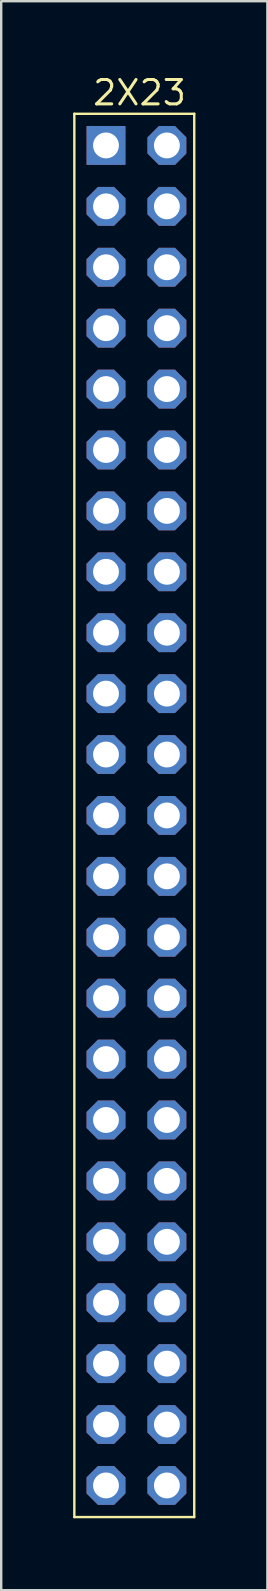
<source format=kicad_pcb>
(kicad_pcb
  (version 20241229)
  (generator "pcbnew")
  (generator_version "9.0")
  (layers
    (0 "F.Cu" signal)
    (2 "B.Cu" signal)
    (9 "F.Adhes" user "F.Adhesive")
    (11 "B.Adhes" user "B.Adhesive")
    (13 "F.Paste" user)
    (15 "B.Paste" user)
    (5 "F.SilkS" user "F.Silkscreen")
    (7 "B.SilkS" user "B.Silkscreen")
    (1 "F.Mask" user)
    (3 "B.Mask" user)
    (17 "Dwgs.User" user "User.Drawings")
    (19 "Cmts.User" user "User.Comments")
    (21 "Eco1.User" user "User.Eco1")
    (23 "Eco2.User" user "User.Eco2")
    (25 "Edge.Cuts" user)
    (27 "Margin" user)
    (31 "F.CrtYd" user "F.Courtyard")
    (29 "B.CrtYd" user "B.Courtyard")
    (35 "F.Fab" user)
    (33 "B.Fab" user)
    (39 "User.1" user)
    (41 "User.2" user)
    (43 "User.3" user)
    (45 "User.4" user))
  (footprint "2X23"
    (layer "F.Cu")
    (at 1.37 3.015)
    (property "Reference" "2X23" (at 1.398 -2.197 0) (layer "F.SilkS") (effects (font (size 1.016 1.016) (thickness 0.127))))
    (attr through_hole)
    (fp_line (start -1.32 -1.32) (end -1.32 57.2) (stroke (width 0.1) (type default)) (layer "F.SilkS"))
    (fp_line (start -1.32 -1.32) (end 3.68 -1.32) (stroke (width 0.1) (type default)) (layer "F.SilkS"))
    (fp_line (start -1.32 57.2) (end 3.68 57.2) (stroke (width 0.1) (type default)) (layer "F.SilkS"))
    (fp_line (start 3.68 -1.32) (end 3.68 57.2) (stroke (width 0.1) (type default)) (layer "F.SilkS"))
    (pad "1" thru_hole rect (at 0 0) (size 1.62 1.62) (drill 1.08) (layers "*.Cu" "*.Mask"))
    (pad "2" thru_hole roundrect (at 0 2.54) (size 1.62 1.62) (drill 1.08) (layers "*.Cu" "*.Mask") (roundrect_rratio 0.25) (chamfer_ratio 0.293) (chamfer top_left top_right bottom_left bottom_right))
    (pad "3" thru_hole roundrect (at 0 5.08) (size 1.62 1.62) (drill 1.08) (layers "*.Cu" "*.Mask") (roundrect_rratio 0.25) (chamfer_ratio 0.293) (chamfer top_left top_right bottom_left bottom_right))
    (pad "4" thru_hole roundrect (at 0 7.62) (size 1.62 1.62) (drill 1.08) (layers "*.Cu" "*.Mask") (roundrect_rratio 0.25) (chamfer_ratio 0.293) (chamfer top_left top_right bottom_left bottom_right))
    (pad "5" thru_hole roundrect (at 0 10.16) (size 1.62 1.62) (drill 1.08) (layers "*.Cu" "*.Mask") (roundrect_rratio 0.25) (chamfer_ratio 0.293) (chamfer top_left top_right bottom_left bottom_right))
    (pad "6" thru_hole roundrect (at 0 12.7) (size 1.62 1.62) (drill 1.08) (layers "*.Cu" "*.Mask") (roundrect_rratio 0.25) (chamfer_ratio 0.293) (chamfer top_left top_right bottom_left bottom_right))
    (pad "7" thru_hole roundrect (at 0 15.24) (size 1.62 1.62) (drill 1.08) (layers "*.Cu" "*.Mask") (roundrect_rratio 0.25) (chamfer_ratio 0.293) (chamfer top_left top_right bottom_left bottom_right))
    (pad "8" thru_hole roundrect (at 0 17.78) (size 1.62 1.62) (drill 1.08) (layers "*.Cu" "*.Mask") (roundrect_rratio 0.25) (chamfer_ratio 0.293) (chamfer top_left top_right bottom_left bottom_right))
    (pad "9" thru_hole roundrect (at 0 20.32) (size 1.62 1.62) (drill 1.08) (layers "*.Cu" "*.Mask") (roundrect_rratio 0.25) (chamfer_ratio 0.293) (chamfer top_left top_right bottom_left bottom_right))
    (pad "10" thru_hole roundrect (at 0 22.86) (size 1.62 1.62) (drill 1.08) (layers "*.Cu" "*.Mask") (roundrect_rratio 0.25) (chamfer_ratio 0.293) (chamfer top_left top_right bottom_left bottom_right))
    (pad "11" thru_hole roundrect (at 0 25.4) (size 1.62 1.62) (drill 1.08) (layers "*.Cu" "*.Mask") (roundrect_rratio 0.25) (chamfer_ratio 0.293) (chamfer top_left top_right bottom_left bottom_right))
    (pad "12" thru_hole roundrect (at 0 27.94) (size 1.62 1.62) (drill 1.08) (layers "*.Cu" "*.Mask") (roundrect_rratio 0.25) (chamfer_ratio 0.293) (chamfer top_left top_right bottom_left bottom_right))
    (pad "13" thru_hole roundrect (at 0 30.48) (size 1.62 1.62) (drill 1.08) (layers "*.Cu" "*.Mask") (roundrect_rratio 0.25) (chamfer_ratio 0.293) (chamfer top_left top_right bottom_left bottom_right))
    (pad "14" thru_hole roundrect (at 0 33.02) (size 1.62 1.62) (drill 1.08) (layers "*.Cu" "*.Mask") (roundrect_rratio 0.25) (chamfer_ratio 0.293) (chamfer top_left top_right bottom_left bottom_right))
    (pad "15" thru_hole roundrect (at 0 35.56) (size 1.62 1.62) (drill 1.08) (layers "*.Cu" "*.Mask") (roundrect_rratio 0.25) (chamfer_ratio 0.293) (chamfer top_left top_right bottom_left bottom_right))
    (pad "16" thru_hole roundrect (at 0 38.1) (size 1.62 1.62) (drill 1.08) (layers "*.Cu" "*.Mask") (roundrect_rratio 0.25) (chamfer_ratio 0.293) (chamfer top_left top_right bottom_left bottom_right))
    (pad "17" thru_hole roundrect (at 0 40.64) (size 1.62 1.62) (drill 1.08) (layers "*.Cu" "*.Mask") (roundrect_rratio 0.25) (chamfer_ratio 0.293) (chamfer top_left top_right bottom_left bottom_right))
    (pad "18" thru_hole roundrect (at 0 43.18) (size 1.62 1.62) (drill 1.08) (layers "*.Cu" "*.Mask") (roundrect_rratio 0.25) (chamfer_ratio 0.293) (chamfer top_left top_right bottom_left bottom_right))
    (pad "19" thru_hole roundrect (at 0 45.72) (size 1.62 1.62) (drill 1.08) (layers "*.Cu" "*.Mask") (roundrect_rratio 0.25) (chamfer_ratio 0.293) (chamfer top_left top_right bottom_left bottom_right))
    (pad "20" thru_hole roundrect (at 0 48.26) (size 1.62 1.62) (drill 1.08) (layers "*.Cu" "*.Mask") (roundrect_rratio 0.25) (chamfer_ratio 0.293) (chamfer top_left top_right bottom_left bottom_right))
    (pad "21" thru_hole roundrect (at 0 50.8) (size 1.62 1.62) (drill 1.08) (layers "*.Cu" "*.Mask") (roundrect_rratio 0.25) (chamfer_ratio 0.293) (chamfer top_left top_right bottom_left bottom_right))
    (pad "22" thru_hole roundrect (at 0 53.34) (size 1.62 1.62) (drill 1.08) (layers "*.Cu" "*.Mask") (roundrect_rratio 0.25) (chamfer_ratio 0.293) (chamfer top_left top_right bottom_left bottom_right))
    (pad "23" thru_hole roundrect (at 0 55.88) (size 1.62 1.62) (drill 1.08) (layers "*.Cu" "*.Mask") (roundrect_rratio 0.25) (chamfer_ratio 0.293) (chamfer top_left top_right bottom_left bottom_right))
    (pad "24" thru_hole roundrect (at 2.54 0) (size 1.62 1.62) (drill 1.08) (layers "*.Cu" "*.Mask") (roundrect_rratio 0.25) (chamfer_ratio 0.293) (chamfer top_left top_right bottom_left bottom_right))
    (pad "25" thru_hole roundrect (at 2.54 2.54) (size 1.62 1.62) (drill 1.08) (layers "*.Cu" "*.Mask") (roundrect_rratio 0.25) (chamfer_ratio 0.293) (chamfer top_left top_right bottom_left bottom_right))
    (pad "26" thru_hole roundrect (at 2.54 5.08) (size 1.62 1.62) (drill 1.08) (layers "*.Cu" "*.Mask") (roundrect_rratio 0.25) (chamfer_ratio 0.293) (chamfer top_left top_right bottom_left bottom_right))
    (pad "27" thru_hole roundrect (at 2.54 7.62) (size 1.62 1.62) (drill 1.08) (layers "*.Cu" "*.Mask") (roundrect_rratio 0.25) (chamfer_ratio 0.293) (chamfer top_left top_right bottom_left bottom_right))
    (pad "28" thru_hole roundrect (at 2.54 10.16) (size 1.62 1.62) (drill 1.08) (layers "*.Cu" "*.Mask") (roundrect_rratio 0.25) (chamfer_ratio 0.293) (chamfer top_left top_right bottom_left bottom_right))
    (pad "29" thru_hole roundrect (at 2.54 12.7) (size 1.62 1.62) (drill 1.08) (layers "*.Cu" "*.Mask") (roundrect_rratio 0.25) (chamfer_ratio 0.293) (chamfer top_left top_right bottom_left bottom_right))
    (pad "30" thru_hole roundrect (at 2.54 15.24) (size 1.62 1.62) (drill 1.08) (layers "*.Cu" "*.Mask") (roundrect_rratio 0.25) (chamfer_ratio 0.293) (chamfer top_left top_right bottom_left bottom_right))
    (pad "31" thru_hole roundrect (at 2.54 17.78) (size 1.62 1.62) (drill 1.08) (layers "*.Cu" "*.Mask") (roundrect_rratio 0.25) (chamfer_ratio 0.293) (chamfer top_left top_right bottom_left bottom_right))
    (pad "32" thru_hole roundrect (at 2.54 20.32) (size 1.62 1.62) (drill 1.08) (layers "*.Cu" "*.Mask") (roundrect_rratio 0.25) (chamfer_ratio 0.293) (chamfer top_left top_right bottom_left bottom_right))
    (pad "33" thru_hole roundrect (at 2.54 22.86) (size 1.62 1.62) (drill 1.08) (layers "*.Cu" "*.Mask") (roundrect_rratio 0.25) (chamfer_ratio 0.293) (chamfer top_left top_right bottom_left bottom_right))
    (pad "34" thru_hole roundrect (at 2.54 25.4) (size 1.62 1.62) (drill 1.08) (layers "*.Cu" "*.Mask") (roundrect_rratio 0.25) (chamfer_ratio 0.293) (chamfer top_left top_right bottom_left bottom_right))
    (pad "35" thru_hole roundrect (at 2.54 27.94) (size 1.62 1.62) (drill 1.08) (layers "*.Cu" "*.Mask") (roundrect_rratio 0.25) (chamfer_ratio 0.293) (chamfer top_left top_right bottom_left bottom_right))
    (pad "36" thru_hole roundrect (at 2.54 30.48) (size 1.62 1.62) (drill 1.08) (layers "*.Cu" "*.Mask") (roundrect_rratio 0.25) (chamfer_ratio 0.293) (chamfer top_left top_right bottom_left bottom_right))
    (pad "37" thru_hole roundrect (at 2.54 33.02) (size 1.62 1.62) (drill 1.08) (layers "*.Cu" "*.Mask") (roundrect_rratio 0.25) (chamfer_ratio 0.293) (chamfer top_left top_right bottom_left bottom_right))
    (pad "38" thru_hole roundrect (at 2.54 35.56) (size 1.62 1.62) (drill 1.08) (layers "*.Cu" "*.Mask") (roundrect_rratio 0.25) (chamfer_ratio 0.293) (chamfer top_left top_right bottom_left bottom_right))
    (pad "39" thru_hole roundrect (at 2.54 38.1) (size 1.62 1.62) (drill 1.08) (layers "*.Cu" "*.Mask") (roundrect_rratio 0.25) (chamfer_ratio 0.293) (chamfer top_left top_right bottom_left bottom_right))
    (pad "40" thru_hole roundrect (at 2.54 40.64) (size 1.62 1.62) (drill 1.08) (layers "*.Cu" "*.Mask") (roundrect_rratio 0.25) (chamfer_ratio 0.293) (chamfer top_left top_right bottom_left bottom_right))
    (pad "41" thru_hole roundrect (at 2.54 43.18) (size 1.62 1.62) (drill 1.08) (layers "*.Cu" "*.Mask") (roundrect_rratio 0.25) (chamfer_ratio 0.293) (chamfer top_left top_right bottom_left bottom_right))
    (pad "42" thru_hole roundrect (at 2.54 45.72) (size 1.62 1.62) (drill 1.08) (layers "*.Cu" "*.Mask") (roundrect_rratio 0.25) (chamfer_ratio 0.293) (chamfer top_left top_right bottom_left bottom_right))
    (pad "43" thru_hole roundrect (at 2.54 48.26) (size 1.62 1.62) (drill 1.08) (layers "*.Cu" "*.Mask") (roundrect_rratio 0.25) (chamfer_ratio 0.293) (chamfer top_left top_right bottom_left bottom_right))
    (pad "44" thru_hole roundrect (at 2.54 50.8) (size 1.62 1.62) (drill 1.08) (layers "*.Cu" "*.Mask") (roundrect_rratio 0.25) (chamfer_ratio 0.293) (chamfer top_left top_right bottom_left bottom_right))
    (pad "45" thru_hole roundrect (at 2.54 53.34) (size 1.62 1.62) (drill 1.08) (layers "*.Cu" "*.Mask") (roundrect_rratio 0.25) (chamfer_ratio 0.293) (chamfer top_left top_right bottom_left bottom_right))
    (pad "46" thru_hole roundrect (at 2.54 55.88) (size 1.62 1.62) (drill 1.08) (layers "*.Cu" "*.Mask") (roundrect_rratio 0.25) (chamfer_ratio 0.293) (chamfer top_left top_right bottom_left bottom_right)))
  (gr_rect
    (start -3 -3)
    (end 8.1 63.265)
    (stroke (width 0.1) (type default))
    (fill no)
    (layer "Edge.Cuts")))
</source>
